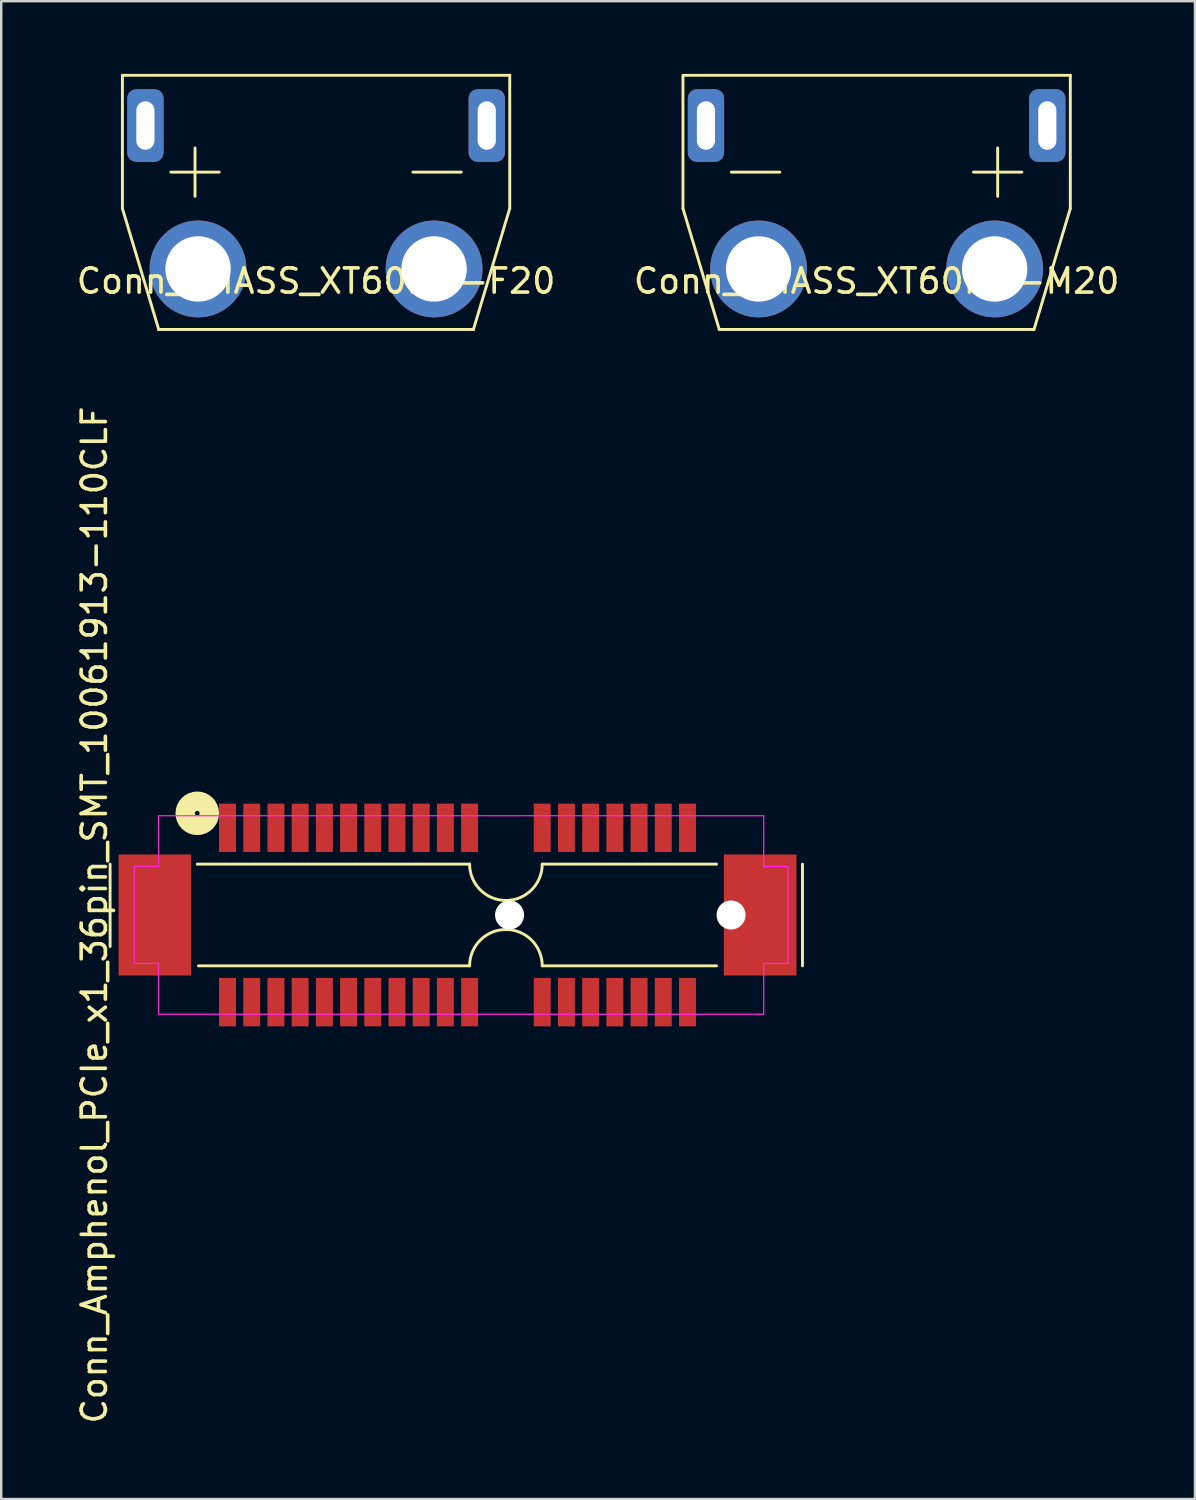
<source format=kicad_pcb>
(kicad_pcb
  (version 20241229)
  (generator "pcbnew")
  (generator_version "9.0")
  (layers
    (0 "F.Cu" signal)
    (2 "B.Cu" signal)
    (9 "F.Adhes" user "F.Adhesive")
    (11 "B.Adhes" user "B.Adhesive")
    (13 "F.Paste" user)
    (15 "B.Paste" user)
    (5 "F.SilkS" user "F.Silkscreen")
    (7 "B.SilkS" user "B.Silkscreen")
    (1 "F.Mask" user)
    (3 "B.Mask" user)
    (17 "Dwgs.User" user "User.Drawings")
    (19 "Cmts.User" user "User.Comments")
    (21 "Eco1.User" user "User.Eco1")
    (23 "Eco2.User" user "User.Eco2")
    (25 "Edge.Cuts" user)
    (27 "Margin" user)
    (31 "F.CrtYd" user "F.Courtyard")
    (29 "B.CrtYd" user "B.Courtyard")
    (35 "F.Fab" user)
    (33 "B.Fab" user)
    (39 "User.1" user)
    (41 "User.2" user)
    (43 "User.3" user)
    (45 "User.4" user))
  (footprint "Conn_AMASS_XT60PW-F20"
    (layer "F.Cu")
    (at 10.006 8.06)
    (property "Reference" "Conn_AMASS_XT60PW-F20" (at 0 0.5 0) (layer "F.SilkS") (effects (font (size 1 1) (thickness 0.15))))
    (attr through_hole)
    (fp_line (start -8 -2.5) (end -8 -8) (stroke (width 0.12) (type solid)) (layer "F.SilkS"))
    (fp_line (start -7.95 -8) (end 8 -8) (stroke (width 0.12) (type solid)) (layer "F.SilkS"))
    (fp_line (start -6.5 2.5) (end -8 -2.5) (stroke (width 0.12) (type solid)) (layer "F.SilkS"))
    (fp_line (start -6 -4) (end -4 -4) (stroke (width 0.12) (type solid)) (layer "F.SilkS"))
    (fp_line (start -5 -5) (end -5 -3) (stroke (width 0.12) (type solid)) (layer "F.SilkS"))
    (fp_line (start 4 -4) (end 6 -4) (stroke (width 0.12) (type solid)) (layer "F.SilkS"))
    (fp_line (start 6.5 2.5) (end -6.5 2.5) (stroke (width 0.12) (type solid)) (layer "F.SilkS"))
    (fp_line (start 8 -8) (end 8 -2.5) (stroke (width 0.12) (type solid)) (layer "F.SilkS"))
    (fp_line (start 8 -2.5) (end 6.5 2.5) (stroke (width 0.12) (type solid)) (layer "F.SilkS"))
    (pad "" thru_hole roundrect (at -7.05 -5.925 180) (size 1.5 3) (drill oval 0.75 2) (layers "*.Cu" "*.Mask") (roundrect_rratio 0.25))
    (pad "" thru_hole roundrect (at 7.05 -5.925 180) (size 1.5 3) (drill oval 0.75 2) (layers "*.Cu" "*.Mask") (roundrect_rratio 0.25))
    (pad "1" thru_hole circle (at -4.875 0) (size 4 4) (drill 2.7) (layers "*.Cu" "*.Mask"))
    (pad "2" thru_hole circle (at 4.875 0 180) (size 4 4) (drill 2.7) (layers "*.Cu" "*.Mask")))
  (footprint "Conn_AMASS_XT60PW-M20"
    (layer "F.Cu")
    (at 33.161 8.06)
    (property "Reference" "Conn_AMASS_XT60PW-M20" (at 0 0.5 0) (layer "F.SilkS") (effects (font (size 1 1) (thickness 0.15))))
    (attr through_hole)
    (fp_line (start -8 -2.5) (end -8 -8) (stroke (width 0.12) (type solid)) (layer "F.SilkS"))
    (fp_line (start -7.95 -8) (end 8 -8) (stroke (width 0.12) (type solid)) (layer "F.SilkS"))
    (fp_line (start -6.5 2.5) (end -8 -2.5) (stroke (width 0.12) (type solid)) (layer "F.SilkS"))
    (fp_line (start -6 -4) (end -4 -4) (stroke (width 0.12) (type solid)) (layer "F.SilkS"))
    (fp_line (start 4 -4) (end 6 -4) (stroke (width 0.12) (type solid)) (layer "F.SilkS"))
    (fp_line (start 5 -5) (end 5 -3) (stroke (width 0.12) (type solid)) (layer "F.SilkS"))
    (fp_line (start 6.5 2.5) (end -6.5 2.5) (stroke (width 0.12) (type solid)) (layer "F.SilkS"))
    (fp_line (start 8 -8) (end 8 -2.5) (stroke (width 0.12) (type solid)) (layer "F.SilkS"))
    (fp_line (start 8 -2.5) (end 6.5 2.5) (stroke (width 0.12) (type solid)) (layer "F.SilkS"))
    (pad "" thru_hole roundrect (at -7.05 -5.925 180) (size 1.5 3) (drill oval 0.75 2) (layers "*.Cu" "*.Mask") (roundrect_rratio 0.25))
    (pad "" thru_hole roundrect (at 7.05 -5.925 180) (size 1.5 3) (drill oval 0.75 2) (layers "*.Cu" "*.Mask") (roundrect_rratio 0.25))
    (pad "1" thru_hole circle (at -4.875 0) (size 4 4) (drill 2.7) (layers "*.Cu" "*.Mask"))
    (pad "2" thru_hole circle (at 4.875 0 180) (size 4 4) (drill 2.7) (layers "*.Cu" "*.Mask")))
  (footprint "Conn_Amphenol_PCIe_x1_36pin_SMT_10061913-110CLF"
    (layer "F.Cu")
    (at 17.848 34.745)
    (property "Reference" "Conn_Amphenol_PCIe_x1_36pin_SMT_10061913-110CLF" (at -17 0 90) (layer "F.SilkS") (effects (font (size 1 1) (thickness 0.15))))
    (attr smd)
    (fp_line (start -16.35 1.3) (end -16.35 -2.1) (stroke (width 0.12) (type solid)) (layer "F.SilkS"))
    (fp_line (start -12.75 -2.1) (end -1.5 -2.1) (stroke (width 0.12) (type solid)) (layer "F.SilkS"))
    (fp_line (start -1.5 2.1) (end -12.7 2.1) (stroke (width 0.12) (type solid)) (layer "F.SilkS"))
    (fp_line (start 1.5 -2.1) (end 8.7 -2.1) (stroke (width 0.12) (type solid)) (layer "F.SilkS"))
    (fp_line (start 8.7 2.1) (end 1.5 2.1) (stroke (width 0.12) (type solid)) (layer "F.SilkS"))
    (fp_line (start 12.25 -2.1) (end 12.25 2.1) (stroke (width 0.12) (type solid)) (layer "F.SilkS"))
    (fp_arc (start -1.5 2.1) (mid 0 0.6) (end 1.5 2.1) (stroke (width 0.12) (type solid)) (layer "F.SilkS"))
    (fp_arc (start 1.5 -2.1) (mid 0 -0.6) (end -1.5 -2.1) (stroke (width 0.12) (type solid)) (layer "F.SilkS"))
    (fp_circle (center -12.75 -4.2) (end -12.65 -4.2) (stroke (width 0.8) (type solid)) (fill no) (layer "F.SilkS"))
    (fp_line (start -15.35 -2) (end -14.35 -2) (stroke (width 0.05) (type solid)) (layer "F.CrtYd"))
    (fp_line (start -15.35 2) (end -15.35 -2) (stroke (width 0.05) (type solid)) (layer "F.CrtYd"))
    (fp_line (start -14.35 -4.1) (end 10.65 -4.1) (stroke (width 0.05) (type solid)) (layer "F.CrtYd"))
    (fp_line (start -14.35 -2) (end -14.35 -4.1) (stroke (width 0.05) (type solid)) (layer "F.CrtYd"))
    (fp_line (start -14.35 2) (end -15.35 2) (stroke (width 0.05) (type solid)) (layer "F.CrtYd"))
    (fp_line (start -14.35 4.1) (end -14.35 2) (stroke (width 0.05) (type solid)) (layer "F.CrtYd"))
    (fp_line (start 10.65 -4.1) (end 10.65 -2) (stroke (width 0.05) (type solid)) (layer "F.CrtYd"))
    (fp_line (start 10.65 -2) (end 11.65 -2) (stroke (width 0.05) (type solid)) (layer "F.CrtYd"))
    (fp_line (start 10.65 2) (end 10.65 4.1) (stroke (width 0.05) (type solid)) (layer "F.CrtYd"))
    (fp_line (start 10.65 4.1) (end -14.35 4.1) (stroke (width 0.05) (type solid)) (layer "F.CrtYd"))
    (fp_line (start 11.65 -2) (end 11.65 2) (stroke (width 0.05) (type solid)) (layer "F.CrtYd"))
    (fp_line (start 11.65 2) (end 10.65 2) (stroke (width 0.05) (type solid)) (layer "F.CrtYd"))
    (pad "" np_thru_hole circle (at 0.15 0) (size 1.2 1.2) (drill 1.2) (layers "*.Cu" "*.Mask"))
    (pad "" np_thru_hole circle (at 9.3 0) (size 1.2 1.2) (drill 1.2) (layers "*.Cu" "*.Mask"))
    (pad "MP" smd rect (at -14.5 0) (size 3 5) (layers "F.Cu" "F.Mask" "F.Paste"))
    (pad "MP" smd rect (at 10.5 0) (size 3 5) (layers "F.Cu" "F.Mask" "F.Paste"))
    (pad "a1" smd rect (at -11.5 -3.6) (size 0.7 2) (layers "F.Cu" "F.Mask" "F.Paste"))
    (pad "a2" smd rect (at -10.5 -3.6) (size 0.7 2) (layers "F.Cu" "F.Mask" "F.Paste"))
    (pad "a3" smd rect (at -9.5 -3.6) (size 0.7 2) (layers "F.Cu" "F.Mask" "F.Paste"))
    (pad "a4" smd rect (at -8.5 -3.6) (size 0.7 2) (layers "F.Cu" "F.Mask" "F.Paste"))
    (pad "a5" smd rect (at -7.5 -3.6) (size 0.7 2) (layers "F.Cu" "F.Mask" "F.Paste"))
    (pad "a6" smd rect (at -6.5 -3.6) (size 0.7 2) (layers "F.Cu" "F.Mask" "F.Paste"))
    (pad "a7" smd rect (at -5.5 -3.6) (size 0.7 2) (layers "F.Cu" "F.Mask" "F.Paste"))
    (pad "a8" smd rect (at -4.5 -3.6) (size 0.7 2) (layers "F.Cu" "F.Mask" "F.Paste"))
    (pad "a9" smd rect (at -3.5 -3.6) (size 0.7 2) (layers "F.Cu" "F.Mask" "F.Paste"))
    (pad "a10" smd rect (at -2.5 -3.6) (size 0.7 2) (layers "F.Cu" "F.Mask" "F.Paste"))
    (pad "a11" smd rect (at -1.5 -3.6) (size 0.7 2) (layers "F.Cu" "F.Mask" "F.Paste"))
    (pad "a12" smd rect (at 1.5 -3.6) (size 0.7 2) (layers "F.Cu" "F.Mask" "F.Paste"))
    (pad "a13" smd rect (at 2.5 -3.6) (size 0.7 2) (layers "F.Cu" "F.Mask" "F.Paste"))
    (pad "a14" smd rect (at 3.5 -3.6) (size 0.7 2) (layers "F.Cu" "F.Mask" "F.Paste"))
    (pad "a15" smd rect (at 4.5 -3.6) (size 0.7 2) (layers "F.Cu" "F.Mask" "F.Paste"))
    (pad "a16" smd rect (at 5.5 -3.6) (size 0.7 2) (layers "F.Cu" "F.Mask" "F.Paste"))
    (pad "a17" smd rect (at 6.5 -3.6) (size 0.7 2) (layers "F.Cu" "F.Mask" "F.Paste"))
    (pad "a18" smd rect (at 7.5 -3.6) (size 0.7 2) (layers "F.Cu" "F.Mask" "F.Paste"))
    (pad "b1" smd rect (at -11.5 3.6) (size 0.7 2) (layers "F.Cu" "F.Mask" "F.Paste"))
    (pad "b2" smd rect (at -10.5 3.6) (size 0.7 2) (layers "F.Cu" "F.Mask" "F.Paste"))
    (pad "b3" smd rect (at -9.5 3.6) (size 0.7 2) (layers "F.Cu" "F.Mask" "F.Paste"))
    (pad "b4" smd rect (at -8.5 3.6) (size 0.7 2) (layers "F.Cu" "F.Mask" "F.Paste"))
    (pad "b5" smd rect (at -7.5 3.6) (size 0.7 2) (layers "F.Cu" "F.Mask" "F.Paste"))
    (pad "b6" smd rect (at -6.5 3.6) (size 0.7 2) (layers "F.Cu" "F.Mask" "F.Paste"))
    (pad "b7" smd rect (at -5.5 3.6) (size 0.7 2) (layers "F.Cu" "F.Mask" "F.Paste"))
    (pad "b8" smd rect (at -4.5 3.6) (size 0.7 2) (layers "F.Cu" "F.Mask" "F.Paste"))
    (pad "b9" smd rect (at -3.5 3.6) (size 0.7 2) (layers "F.Cu" "F.Mask" "F.Paste"))
    (pad "b10" smd rect (at -2.5 3.6) (size 0.7 2) (layers "F.Cu" "F.Mask" "F.Paste"))
    (pad "b11" smd rect (at -1.5 3.6) (size 0.7 2) (layers "F.Cu" "F.Mask" "F.Paste"))
    (pad "b12" smd rect (at 1.5 3.6) (size 0.7 2) (layers "F.Cu" "F.Mask" "F.Paste"))
    (pad "b13" smd rect (at 2.5 3.6) (size 0.7 2) (layers "F.Cu" "F.Mask" "F.Paste"))
    (pad "b14" smd rect (at 3.5 3.6) (size 0.7 2) (layers "F.Cu" "F.Mask" "F.Paste"))
    (pad "b15" smd rect (at 4.5 3.6) (size 0.7 2) (layers "F.Cu" "F.Mask" "F.Paste"))
    (pad "b16" smd rect (at 5.5 3.6) (size 0.7 2) (layers "F.Cu" "F.Mask" "F.Paste"))
    (pad "b17" smd rect (at 6.5 3.6) (size 0.7 2) (layers "F.Cu" "F.Mask" "F.Paste"))
    (pad "b18" smd rect (at 7.5 3.6) (size 0.7 2) (layers "F.Cu" "F.Mask" "F.Paste")))
  (gr_rect
    (start -3 -3)
    (end 46.31 58.87)
    (stroke (width 0.1) (type default))
    (fill no)
    (layer "Edge.Cuts")))
</source>
